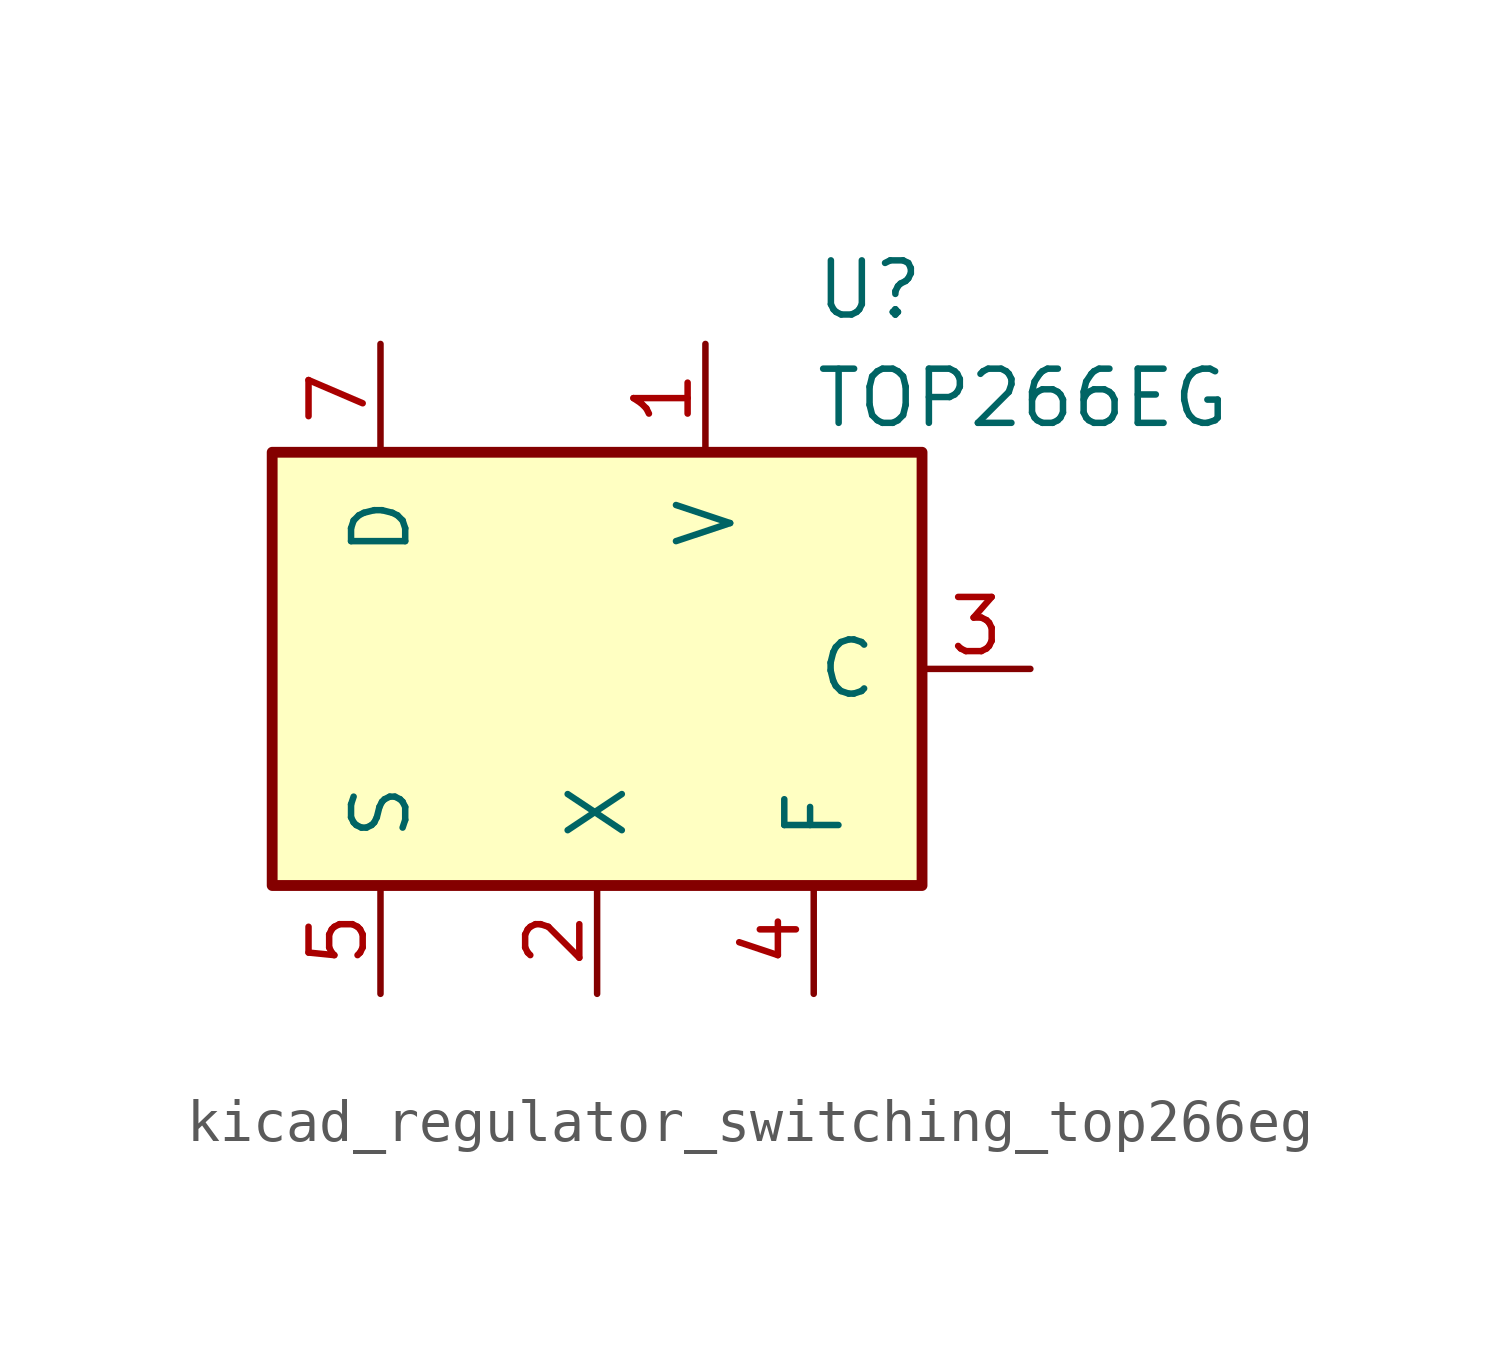
<source format=kicad_sym>
(kicad_symbol_lib
  (version 20220914)
  (generator kicad_symbol_editor)
  (symbol "kicad_regulator_switching_top266eg"
    (pin_names
      (offset 1.016))
    (property "Reference" "U"
      (at 5.08 8.89 0)
      (effects (font (size 1.27 1.27)) (justify left)))
    (property "Value" "TOP266EG"
      (at 5.08 6.35 0)
      (effects (font (size 1.27 1.27)) (justify left)))
    (symbol "kicad_regulator_switching_top266eg_0_1"
      (rectangle (start -7.62 5.08) (end 7.62 -5.08) (stroke (width 0.254) (type default)) (fill (type background))))
    (symbol "kicad_regulator_switching_top266eg_1_1"
      (pin input line (at 2.54 7.62 270) (length 2.54) (name "V" (effects (font (size 1.27 1.27)))) (number "1" (effects (font (size 1.27 1.27)))))
      (pin input line (at 0 -7.62 90) (length 2.54) (name "X" (effects (font (size 1.27 1.27)))) (number "2" (effects (font (size 1.27 1.27)))))
      (pin input line (at 10.16 0 180) (length 2.54) (name "C" (effects (font (size 1.27 1.27)))) (number "3" (effects (font (size 1.27 1.27)))))
      (pin passive line (at 5.08 -7.62 90) (length 2.54) (name "F" (effects (font (size 1.27 1.27)))) (number "4" (effects (font (size 1.27 1.27)))))
      (pin power_in line (at -5.08 -7.62 90) (length 2.54) (name "S" (effects (font (size 1.27 1.27)))) (number "5" (effects (font (size 1.27 1.27)))))
      (pin open_collector line (at -5.08 7.62 270) (length 2.54) (name "D" (effects (font (size 1.27 1.27)))) (number "7" (effects (font (size 1.27 1.27))))))))
</source>
